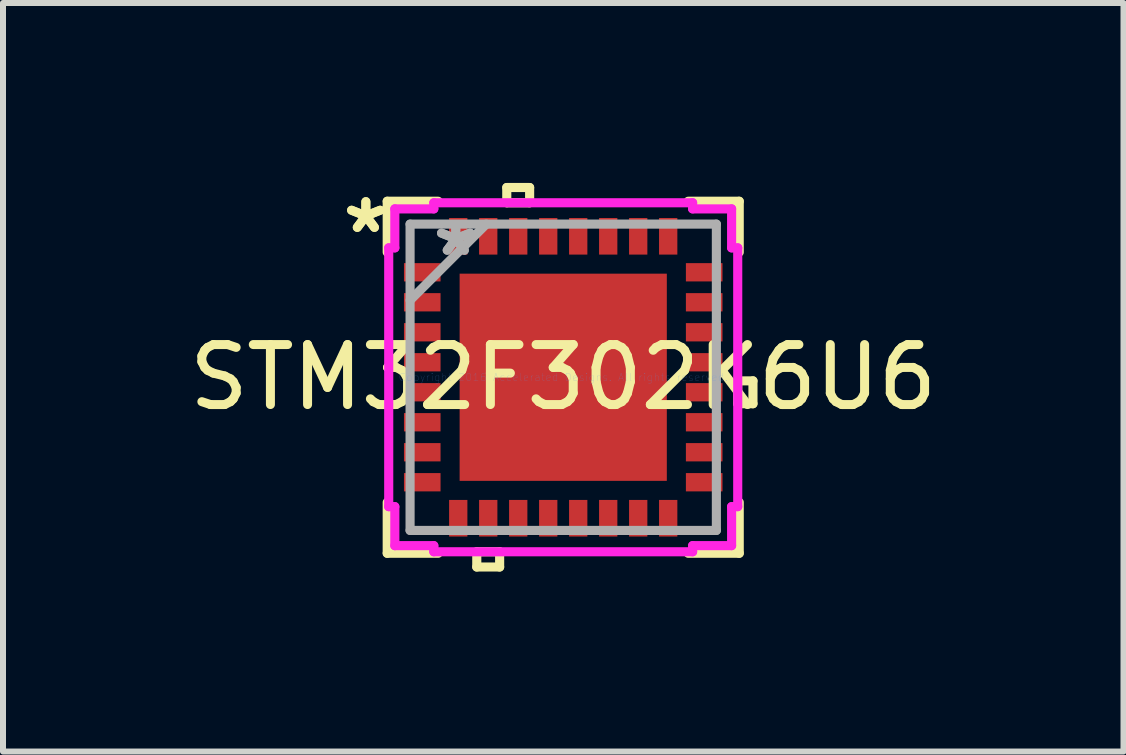
<source format=kicad_pcb>
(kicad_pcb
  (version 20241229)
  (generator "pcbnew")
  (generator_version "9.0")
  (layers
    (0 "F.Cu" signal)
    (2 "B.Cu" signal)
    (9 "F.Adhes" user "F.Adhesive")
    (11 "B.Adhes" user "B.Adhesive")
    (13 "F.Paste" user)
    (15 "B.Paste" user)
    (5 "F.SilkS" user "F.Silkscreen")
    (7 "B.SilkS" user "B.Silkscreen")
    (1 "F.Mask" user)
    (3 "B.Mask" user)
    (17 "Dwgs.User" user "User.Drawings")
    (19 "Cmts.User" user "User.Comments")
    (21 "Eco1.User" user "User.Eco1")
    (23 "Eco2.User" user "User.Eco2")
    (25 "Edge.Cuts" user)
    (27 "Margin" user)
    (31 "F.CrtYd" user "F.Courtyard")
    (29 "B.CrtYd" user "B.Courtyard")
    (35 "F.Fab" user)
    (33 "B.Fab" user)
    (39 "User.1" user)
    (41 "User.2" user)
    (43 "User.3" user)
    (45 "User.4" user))
  (footprint "STM32F302K6U6"
    (layer "F.Cu")
    (at 6.339 3.239)
    (property "Reference" "STM32F302K6U6" (at 0 0 0) (layer "F.SilkS") (effects (font (size 1 1) (thickness 0.15))))
    (attr through_hole)
    (fp_line (start -2.655 -1.903) (end -2.655 -1.598) (stroke (width 0.152) (type solid)) (layer "F.Mask"))
    (fp_line (start -2.655 -1.598) (end -2.045 -1.598) (stroke (width 0.152) (type solid)) (layer "F.Mask"))
    (fp_line (start -2.655 -1.403) (end -2.655 -1.098) (stroke (width 0.152) (type solid)) (layer "F.Mask"))
    (fp_line (start -2.655 -1.098) (end -2.045 -1.098) (stroke (width 0.152) (type solid)) (layer "F.Mask"))
    (fp_line (start -2.655 -0.903) (end -2.655 -0.598) (stroke (width 0.152) (type solid)) (layer "F.Mask"))
    (fp_line (start -2.655 -0.598) (end -2.045 -0.598) (stroke (width 0.152) (type solid)) (layer "F.Mask"))
    (fp_line (start -2.655 -0.402) (end -2.655 -0.098) (stroke (width 0.152) (type solid)) (layer "F.Mask"))
    (fp_line (start -2.655 -0.098) (end -2.045 -0.098) (stroke (width 0.152) (type solid)) (layer "F.Mask"))
    (fp_line (start -2.655 0.098) (end -2.655 0.402) (stroke (width 0.152) (type solid)) (layer "F.Mask"))
    (fp_line (start -2.655 0.402) (end -2.045 0.402) (stroke (width 0.152) (type solid)) (layer "F.Mask"))
    (fp_line (start -2.655 0.598) (end -2.655 0.903) (stroke (width 0.152) (type solid)) (layer "F.Mask"))
    (fp_line (start -2.655 0.903) (end -2.045 0.903) (stroke (width 0.152) (type solid)) (layer "F.Mask"))
    (fp_line (start -2.655 1.098) (end -2.655 1.403) (stroke (width 0.152) (type solid)) (layer "F.Mask"))
    (fp_line (start -2.655 1.403) (end -2.045 1.403) (stroke (width 0.152) (type solid)) (layer "F.Mask"))
    (fp_line (start -2.655 1.598) (end -2.655 1.903) (stroke (width 0.152) (type solid)) (layer "F.Mask"))
    (fp_line (start -2.655 1.903) (end -2.045 1.903) (stroke (width 0.152) (type solid)) (layer "F.Mask"))
    (fp_line (start -2.045 -1.903) (end -2.655 -1.903) (stroke (width 0.152) (type solid)) (layer "F.Mask"))
    (fp_line (start -2.045 -1.598) (end -2.045 -1.903) (stroke (width 0.152) (type solid)) (layer "F.Mask"))
    (fp_line (start -2.045 -1.403) (end -2.655 -1.403) (stroke (width 0.152) (type solid)) (layer "F.Mask"))
    (fp_line (start -2.045 -1.098) (end -2.045 -1.403) (stroke (width 0.152) (type solid)) (layer "F.Mask"))
    (fp_line (start -2.045 -0.903) (end -2.655 -0.903) (stroke (width 0.152) (type solid)) (layer "F.Mask"))
    (fp_line (start -2.045 -0.598) (end -2.045 -0.903) (stroke (width 0.152) (type solid)) (layer "F.Mask"))
    (fp_line (start -2.045 -0.402) (end -2.655 -0.402) (stroke (width 0.152) (type solid)) (layer "F.Mask"))
    (fp_line (start -2.045 -0.098) (end -2.045 -0.402) (stroke (width 0.152) (type solid)) (layer "F.Mask"))
    (fp_line (start -2.045 0.098) (end -2.655 0.098) (stroke (width 0.152) (type solid)) (layer "F.Mask"))
    (fp_line (start -2.045 0.402) (end -2.045 0.098) (stroke (width 0.152) (type solid)) (layer "F.Mask"))
    (fp_line (start -2.045 0.598) (end -2.655 0.598) (stroke (width 0.152) (type solid)) (layer "F.Mask"))
    (fp_line (start -2.045 0.903) (end -2.045 0.598) (stroke (width 0.152) (type solid)) (layer "F.Mask"))
    (fp_line (start -2.045 1.098) (end -2.655 1.098) (stroke (width 0.152) (type solid)) (layer "F.Mask"))
    (fp_line (start -2.045 1.403) (end -2.045 1.098) (stroke (width 0.152) (type solid)) (layer "F.Mask"))
    (fp_line (start -2.045 1.598) (end -2.655 1.598) (stroke (width 0.152) (type solid)) (layer "F.Mask"))
    (fp_line (start -2.045 1.903) (end -2.045 1.598) (stroke (width 0.152) (type solid)) (layer "F.Mask"))
    (fp_line (start -1.903 -2.655) (end -1.903 -2.045) (stroke (width 0.152) (type solid)) (layer "F.Mask"))
    (fp_line (start -1.903 -2.045) (end -1.598 -2.045) (stroke (width 0.152) (type solid)) (layer "F.Mask"))
    (fp_line (start -1.903 2.045) (end -1.903 2.655) (stroke (width 0.152) (type solid)) (layer "F.Mask"))
    (fp_line (start -1.903 2.655) (end -1.598 2.655) (stroke (width 0.152) (type solid)) (layer "F.Mask"))
    (fp_line (start -1.598 -2.655) (end -1.903 -2.655) (stroke (width 0.152) (type solid)) (layer "F.Mask"))
    (fp_line (start -1.598 -2.045) (end -1.598 -2.655) (stroke (width 0.152) (type solid)) (layer "F.Mask"))
    (fp_line (start -1.598 2.045) (end -1.903 2.045) (stroke (width 0.152) (type solid)) (layer "F.Mask"))
    (fp_line (start -1.598 2.655) (end -1.598 2.045) (stroke (width 0.152) (type solid)) (layer "F.Mask"))
    (fp_line (start -1.403 -2.655) (end -1.403 -2.045) (stroke (width 0.152) (type solid)) (layer "F.Mask"))
    (fp_line (start -1.403 -2.045) (end -1.098 -2.045) (stroke (width 0.152) (type solid)) (layer "F.Mask"))
    (fp_line (start -1.403 2.045) (end -1.403 2.655) (stroke (width 0.152) (type solid)) (layer "F.Mask"))
    (fp_line (start -1.403 2.655) (end -1.098 2.655) (stroke (width 0.152) (type solid)) (layer "F.Mask"))
    (fp_line (start -1.098 -2.655) (end -1.403 -2.655) (stroke (width 0.152) (type solid)) (layer "F.Mask"))
    (fp_line (start -1.098 -2.045) (end -1.098 -2.655) (stroke (width 0.152) (type solid)) (layer "F.Mask"))
    (fp_line (start -1.098 2.045) (end -1.403 2.045) (stroke (width 0.152) (type solid)) (layer "F.Mask"))
    (fp_line (start -1.098 2.655) (end -1.098 2.045) (stroke (width 0.152) (type solid)) (layer "F.Mask"))
    (fp_line (start -0.903 -2.655) (end -0.903 -2.045) (stroke (width 0.152) (type solid)) (layer "F.Mask"))
    (fp_line (start -0.903 -2.045) (end -0.598 -2.045) (stroke (width 0.152) (type solid)) (layer "F.Mask"))
    (fp_line (start -0.903 2.045) (end -0.903 2.655) (stroke (width 0.152) (type solid)) (layer "F.Mask"))
    (fp_line (start -0.903 2.655) (end -0.598 2.655) (stroke (width 0.152) (type solid)) (layer "F.Mask"))
    (fp_line (start -0.598 -2.655) (end -0.903 -2.655) (stroke (width 0.152) (type solid)) (layer "F.Mask"))
    (fp_line (start -0.598 -2.045) (end -0.598 -2.655) (stroke (width 0.152) (type solid)) (layer "F.Mask"))
    (fp_line (start -0.598 2.045) (end -0.903 2.045) (stroke (width 0.152) (type solid)) (layer "F.Mask"))
    (fp_line (start -0.598 2.655) (end -0.598 2.045) (stroke (width 0.152) (type solid)) (layer "F.Mask"))
    (fp_line (start -0.402 -2.655) (end -0.402 -2.045) (stroke (width 0.152) (type solid)) (layer "F.Mask"))
    (fp_line (start -0.402 -2.045) (end -0.098 -2.045) (stroke (width 0.152) (type solid)) (layer "F.Mask"))
    (fp_line (start -0.402 2.045) (end -0.402 2.655) (stroke (width 0.152) (type solid)) (layer "F.Mask"))
    (fp_line (start -0.402 2.655) (end -0.098 2.655) (stroke (width 0.152) (type solid)) (layer "F.Mask"))
    (fp_line (start -0.098 -2.655) (end -0.402 -2.655) (stroke (width 0.152) (type solid)) (layer "F.Mask"))
    (fp_line (start -0.098 -2.045) (end -0.098 -2.655) (stroke (width 0.152) (type solid)) (layer "F.Mask"))
    (fp_line (start -0.098 2.045) (end -0.402 2.045) (stroke (width 0.152) (type solid)) (layer "F.Mask"))
    (fp_line (start -0.098 2.655) (end -0.098 2.045) (stroke (width 0.152) (type solid)) (layer "F.Mask"))
    (fp_line (start 0.098 -2.655) (end 0.098 -2.045) (stroke (width 0.152) (type solid)) (layer "F.Mask"))
    (fp_line (start 0.098 -2.045) (end 0.402 -2.045) (stroke (width 0.152) (type solid)) (layer "F.Mask"))
    (fp_line (start 0.098 2.045) (end 0.098 2.655) (stroke (width 0.152) (type solid)) (layer "F.Mask"))
    (fp_line (start 0.098 2.655) (end 0.402 2.655) (stroke (width 0.152) (type solid)) (layer "F.Mask"))
    (fp_line (start 0.402 -2.655) (end 0.098 -2.655) (stroke (width 0.152) (type solid)) (layer "F.Mask"))
    (fp_line (start 0.402 -2.045) (end 0.402 -2.655) (stroke (width 0.152) (type solid)) (layer "F.Mask"))
    (fp_line (start 0.402 2.045) (end 0.098 2.045) (stroke (width 0.152) (type solid)) (layer "F.Mask"))
    (fp_line (start 0.402 2.655) (end 0.402 2.045) (stroke (width 0.152) (type solid)) (layer "F.Mask"))
    (fp_line (start 0.598 -2.655) (end 0.598 -2.045) (stroke (width 0.152) (type solid)) (layer "F.Mask"))
    (fp_line (start 0.598 -2.045) (end 0.903 -2.045) (stroke (width 0.152) (type solid)) (layer "F.Mask"))
    (fp_line (start 0.598 2.045) (end 0.598 2.655) (stroke (width 0.152) (type solid)) (layer "F.Mask"))
    (fp_line (start 0.598 2.655) (end 0.903 2.655) (stroke (width 0.152) (type solid)) (layer "F.Mask"))
    (fp_line (start 0.903 -2.655) (end 0.598 -2.655) (stroke (width 0.152) (type solid)) (layer "F.Mask"))
    (fp_line (start 0.903 -2.045) (end 0.903 -2.655) (stroke (width 0.152) (type solid)) (layer "F.Mask"))
    (fp_line (start 0.903 2.045) (end 0.598 2.045) (stroke (width 0.152) (type solid)) (layer "F.Mask"))
    (fp_line (start 0.903 2.655) (end 0.903 2.045) (stroke (width 0.152) (type solid)) (layer "F.Mask"))
    (fp_line (start 1.098 -2.655) (end 1.098 -2.045) (stroke (width 0.152) (type solid)) (layer "F.Mask"))
    (fp_line (start 1.098 -2.045) (end 1.403 -2.045) (stroke (width 0.152) (type solid)) (layer "F.Mask"))
    (fp_line (start 1.098 2.045) (end 1.098 2.655) (stroke (width 0.152) (type solid)) (layer "F.Mask"))
    (fp_line (start 1.098 2.655) (end 1.403 2.655) (stroke (width 0.152) (type solid)) (layer "F.Mask"))
    (fp_line (start 1.403 -2.655) (end 1.098 -2.655) (stroke (width 0.152) (type solid)) (layer "F.Mask"))
    (fp_line (start 1.403 -2.045) (end 1.403 -2.655) (stroke (width 0.152) (type solid)) (layer "F.Mask"))
    (fp_line (start 1.403 2.045) (end 1.098 2.045) (stroke (width 0.152) (type solid)) (layer "F.Mask"))
    (fp_line (start 1.403 2.655) (end 1.403 2.045) (stroke (width 0.152) (type solid)) (layer "F.Mask"))
    (fp_line (start 1.598 -2.655) (end 1.598 -2.045) (stroke (width 0.152) (type solid)) (layer "F.Mask"))
    (fp_line (start 1.598 -2.045) (end 1.903 -2.045) (stroke (width 0.152) (type solid)) (layer "F.Mask"))
    (fp_line (start 1.598 2.045) (end 1.598 2.655) (stroke (width 0.152) (type solid)) (layer "F.Mask"))
    (fp_line (start 1.598 2.655) (end 1.903 2.655) (stroke (width 0.152) (type solid)) (layer "F.Mask"))
    (fp_line (start 1.903 -2.655) (end 1.598 -2.655) (stroke (width 0.152) (type solid)) (layer "F.Mask"))
    (fp_line (start 1.903 -2.045) (end 1.903 -2.655) (stroke (width 0.152) (type solid)) (layer "F.Mask"))
    (fp_line (start 1.903 2.045) (end 1.598 2.045) (stroke (width 0.152) (type solid)) (layer "F.Mask"))
    (fp_line (start 1.903 2.655) (end 1.903 2.045) (stroke (width 0.152) (type solid)) (layer "F.Mask"))
    (fp_line (start 2.045 -1.903) (end 2.045 -1.598) (stroke (width 0.152) (type solid)) (layer "F.Mask"))
    (fp_line (start 2.045 -1.598) (end 2.655 -1.598) (stroke (width 0.152) (type solid)) (layer "F.Mask"))
    (fp_line (start 2.045 -1.403) (end 2.045 -1.098) (stroke (width 0.152) (type solid)) (layer "F.Mask"))
    (fp_line (start 2.045 -1.098) (end 2.655 -1.098) (stroke (width 0.152) (type solid)) (layer "F.Mask"))
    (fp_line (start 2.045 -0.903) (end 2.045 -0.598) (stroke (width 0.152) (type solid)) (layer "F.Mask"))
    (fp_line (start 2.045 -0.598) (end 2.655 -0.598) (stroke (width 0.152) (type solid)) (layer "F.Mask"))
    (fp_line (start 2.045 -0.402) (end 2.045 -0.098) (stroke (width 0.152) (type solid)) (layer "F.Mask"))
    (fp_line (start 2.045 -0.098) (end 2.655 -0.098) (stroke (width 0.152) (type solid)) (layer "F.Mask"))
    (fp_line (start 2.045 0.098) (end 2.045 0.402) (stroke (width 0.152) (type solid)) (layer "F.Mask"))
    (fp_line (start 2.045 0.402) (end 2.655 0.402) (stroke (width 0.152) (type solid)) (layer "F.Mask"))
    (fp_line (start 2.045 0.598) (end 2.045 0.903) (stroke (width 0.152) (type solid)) (layer "F.Mask"))
    (fp_line (start 2.045 0.903) (end 2.655 0.903) (stroke (width 0.152) (type solid)) (layer "F.Mask"))
    (fp_line (start 2.045 1.098) (end 2.045 1.403) (stroke (width 0.152) (type solid)) (layer "F.Mask"))
    (fp_line (start 2.045 1.403) (end 2.655 1.403) (stroke (width 0.152) (type solid)) (layer "F.Mask"))
    (fp_line (start 2.045 1.598) (end 2.045 1.903) (stroke (width 0.152) (type solid)) (layer "F.Mask"))
    (fp_line (start 2.045 1.903) (end 2.655 1.903) (stroke (width 0.152) (type solid)) (layer "F.Mask"))
    (fp_line (start 2.655 -1.903) (end 2.045 -1.903) (stroke (width 0.152) (type solid)) (layer "F.Mask"))
    (fp_line (start 2.655 -1.598) (end 2.655 -1.903) (stroke (width 0.152) (type solid)) (layer "F.Mask"))
    (fp_line (start 2.655 -1.403) (end 2.045 -1.403) (stroke (width 0.152) (type solid)) (layer "F.Mask"))
    (fp_line (start 2.655 -1.098) (end 2.655 -1.403) (stroke (width 0.152) (type solid)) (layer "F.Mask"))
    (fp_line (start 2.655 -0.903) (end 2.045 -0.903) (stroke (width 0.152) (type solid)) (layer "F.Mask"))
    (fp_line (start 2.655 -0.598) (end 2.655 -0.903) (stroke (width 0.152) (type solid)) (layer "F.Mask"))
    (fp_line (start 2.655 -0.402) (end 2.045 -0.402) (stroke (width 0.152) (type solid)) (layer "F.Mask"))
    (fp_line (start 2.655 -0.098) (end 2.655 -0.402) (stroke (width 0.152) (type solid)) (layer "F.Mask"))
    (fp_line (start 2.655 0.098) (end 2.045 0.098) (stroke (width 0.152) (type solid)) (layer "F.Mask"))
    (fp_line (start 2.655 0.402) (end 2.655 0.098) (stroke (width 0.152) (type solid)) (layer "F.Mask"))
    (fp_line (start 2.655 0.598) (end 2.045 0.598) (stroke (width 0.152) (type solid)) (layer "F.Mask"))
    (fp_line (start 2.655 0.903) (end 2.655 0.598) (stroke (width 0.152) (type solid)) (layer "F.Mask"))
    (fp_line (start 2.655 1.098) (end 2.045 1.098) (stroke (width 0.152) (type solid)) (layer "F.Mask"))
    (fp_line (start 2.655 1.403) (end 2.655 1.098) (stroke (width 0.152) (type solid)) (layer "F.Mask"))
    (fp_line (start 2.655 1.598) (end 2.045 1.598) (stroke (width 0.152) (type solid)) (layer "F.Mask"))
    (fp_line (start 2.655 1.903) (end 2.655 1.598) (stroke (width 0.152) (type solid)) (layer "F.Mask"))
    (fp_line (start -2.934 -2.934) (end -2.934 -2.084) (stroke (width 0.152) (type solid)) (layer "F.SilkS"))
    (fp_line (start -2.934 2.084) (end -2.934 2.934) (stroke (width 0.152) (type solid)) (layer "F.SilkS"))
    (fp_line (start -2.934 2.934) (end -2.084 2.934) (stroke (width 0.152) (type solid)) (layer "F.SilkS"))
    (fp_line (start -2.084 -2.934) (end -2.934 -2.934) (stroke (width 0.152) (type solid)) (layer "F.SilkS"))
    (fp_line (start -1.441 2.909) (end -1.441 3.163) (stroke (width 0.152) (type solid)) (layer "F.SilkS"))
    (fp_line (start -1.441 3.163) (end -1.06 3.163) (stroke (width 0.152) (type solid)) (layer "F.SilkS"))
    (fp_line (start -1.06 2.909) (end -1.441 2.909) (stroke (width 0.152) (type solid)) (layer "F.SilkS"))
    (fp_line (start -1.06 3.163) (end -1.06 2.909) (stroke (width 0.152) (type solid)) (layer "F.SilkS"))
    (fp_line (start -0.941 -3.163) (end -0.56 -3.163) (stroke (width 0.152) (type solid)) (layer "F.SilkS"))
    (fp_line (start -0.941 -2.909) (end -0.941 -3.163) (stroke (width 0.152) (type solid)) (layer "F.SilkS"))
    (fp_line (start -0.56 -3.163) (end -0.56 -2.909) (stroke (width 0.152) (type solid)) (layer "F.SilkS"))
    (fp_line (start -0.56 -2.909) (end -0.941 -2.909) (stroke (width 0.152) (type solid)) (layer "F.SilkS"))
    (fp_line (start 2.084 2.934) (end 2.934 2.934) (stroke (width 0.152) (type solid)) (layer "F.SilkS"))
    (fp_line (start 2.909 0.06) (end 3.163 0.06) (stroke (width 0.152) (type solid)) (layer "F.SilkS"))
    (fp_line (start 2.909 0.441) (end 2.909 0.06) (stroke (width 0.152) (type solid)) (layer "F.SilkS"))
    (fp_line (start 2.934 -2.934) (end 2.084 -2.934) (stroke (width 0.152) (type solid)) (layer "F.SilkS"))
    (fp_line (start 2.934 -2.084) (end 2.934 -2.934) (stroke (width 0.152) (type solid)) (layer "F.SilkS"))
    (fp_line (start 2.934 2.934) (end 2.934 2.084) (stroke (width 0.152) (type solid)) (layer "F.SilkS"))
    (fp_line (start 3.163 0.06) (end 3.163 0.441) (stroke (width 0.152) (type solid)) (layer "F.SilkS"))
    (fp_line (start 3.163 0.441) (end 2.909 0.441) (stroke (width 0.152) (type solid)) (layer "F.SilkS"))
    (fp_line (start -2.655 -1.903) (end -2.655 -1.598) (stroke (width 0.152) (type solid)) (layer "F.Paste"))
    (fp_line (start -2.655 -1.598) (end -2.045 -1.598) (stroke (width 0.152) (type solid)) (layer "F.Paste"))
    (fp_line (start -2.655 -1.403) (end -2.655 -1.098) (stroke (width 0.152) (type solid)) (layer "F.Paste"))
    (fp_line (start -2.655 -1.098) (end -2.045 -1.098) (stroke (width 0.152) (type solid)) (layer "F.Paste"))
    (fp_line (start -2.655 -0.903) (end -2.655 -0.598) (stroke (width 0.152) (type solid)) (layer "F.Paste"))
    (fp_line (start -2.655 -0.598) (end -2.045 -0.598) (stroke (width 0.152) (type solid)) (layer "F.Paste"))
    (fp_line (start -2.655 -0.402) (end -2.655 -0.098) (stroke (width 0.152) (type solid)) (layer "F.Paste"))
    (fp_line (start -2.655 -0.098) (end -2.045 -0.098) (stroke (width 0.152) (type solid)) (layer "F.Paste"))
    (fp_line (start -2.655 0.098) (end -2.655 0.402) (stroke (width 0.152) (type solid)) (layer "F.Paste"))
    (fp_line (start -2.655 0.402) (end -2.045 0.402) (stroke (width 0.152) (type solid)) (layer "F.Paste"))
    (fp_line (start -2.655 0.598) (end -2.655 0.903) (stroke (width 0.152) (type solid)) (layer "F.Paste"))
    (fp_line (start -2.655 0.903) (end -2.045 0.903) (stroke (width 0.152) (type solid)) (layer "F.Paste"))
    (fp_line (start -2.655 1.098) (end -2.655 1.403) (stroke (width 0.152) (type solid)) (layer "F.Paste"))
    (fp_line (start -2.655 1.403) (end -2.045 1.403) (stroke (width 0.152) (type solid)) (layer "F.Paste"))
    (fp_line (start -2.655 1.598) (end -2.655 1.903) (stroke (width 0.152) (type solid)) (layer "F.Paste"))
    (fp_line (start -2.655 1.903) (end -2.045 1.903) (stroke (width 0.152) (type solid)) (layer "F.Paste"))
    (fp_line (start -2.045 -1.903) (end -2.655 -1.903) (stroke (width 0.152) (type solid)) (layer "F.Paste"))
    (fp_line (start -2.045 -1.598) (end -2.045 -1.903) (stroke (width 0.152) (type solid)) (layer "F.Paste"))
    (fp_line (start -2.045 -1.403) (end -2.655 -1.403) (stroke (width 0.152) (type solid)) (layer "F.Paste"))
    (fp_line (start -2.045 -1.098) (end -2.045 -1.403) (stroke (width 0.152) (type solid)) (layer "F.Paste"))
    (fp_line (start -2.045 -0.903) (end -2.655 -0.903) (stroke (width 0.152) (type solid)) (layer "F.Paste"))
    (fp_line (start -2.045 -0.598) (end -2.045 -0.903) (stroke (width 0.152) (type solid)) (layer "F.Paste"))
    (fp_line (start -2.045 -0.402) (end -2.655 -0.402) (stroke (width 0.152) (type solid)) (layer "F.Paste"))
    (fp_line (start -2.045 -0.098) (end -2.045 -0.402) (stroke (width 0.152) (type solid)) (layer "F.Paste"))
    (fp_line (start -2.045 0.098) (end -2.655 0.098) (stroke (width 0.152) (type solid)) (layer "F.Paste"))
    (fp_line (start -2.045 0.402) (end -2.045 0.098) (stroke (width 0.152) (type solid)) (layer "F.Paste"))
    (fp_line (start -2.045 0.598) (end -2.655 0.598) (stroke (width 0.152) (type solid)) (layer "F.Paste"))
    (fp_line (start -2.045 0.903) (end -2.045 0.598) (stroke (width 0.152) (type solid)) (layer "F.Paste"))
    (fp_line (start -2.045 1.098) (end -2.655 1.098) (stroke (width 0.152) (type solid)) (layer "F.Paste"))
    (fp_line (start -2.045 1.403) (end -2.045 1.098) (stroke (width 0.152) (type solid)) (layer "F.Paste"))
    (fp_line (start -2.045 1.598) (end -2.655 1.598) (stroke (width 0.152) (type solid)) (layer "F.Paste"))
    (fp_line (start -2.045 1.903) (end -2.045 1.598) (stroke (width 0.152) (type solid)) (layer "F.Paste"))
    (fp_line (start -1.903 -2.655) (end -1.903 -2.045) (stroke (width 0.152) (type solid)) (layer "F.Paste"))
    (fp_line (start -1.903 -2.045) (end -1.598 -2.045) (stroke (width 0.152) (type solid)) (layer "F.Paste"))
    (fp_line (start -1.903 2.045) (end -1.903 2.655) (stroke (width 0.152) (type solid)) (layer "F.Paste"))
    (fp_line (start -1.903 2.655) (end -1.598 2.655) (stroke (width 0.152) (type solid)) (layer "F.Paste"))
    (fp_line (start -1.627 -1.627) (end -1.627 -0.1) (stroke (width 0.152) (type solid)) (layer "F.Paste"))
    (fp_line (start -1.627 -0.1) (end -0.1 -0.1) (stroke (width 0.152) (type solid)) (layer "F.Paste"))
    (fp_line (start -1.627 0.1) (end -1.627 1.627) (stroke (width 0.152) (type solid)) (layer "F.Paste"))
    (fp_line (start -1.627 1.627) (end -0.1 1.627) (stroke (width 0.152) (type solid)) (layer "F.Paste"))
    (fp_line (start -1.598 -2.655) (end -1.903 -2.655) (stroke (width 0.152) (type solid)) (layer "F.Paste"))
    (fp_line (start -1.598 -2.045) (end -1.598 -2.655) (stroke (width 0.152) (type solid)) (layer "F.Paste"))
    (fp_line (start -1.598 2.045) (end -1.903 2.045) (stroke (width 0.152) (type solid)) (layer "F.Paste"))
    (fp_line (start -1.598 2.655) (end -1.598 2.045) (stroke (width 0.152) (type solid)) (layer "F.Paste"))
    (fp_line (start -1.403 -2.655) (end -1.403 -2.045) (stroke (width 0.152) (type solid)) (layer "F.Paste"))
    (fp_line (start -1.403 -2.045) (end -1.098 -2.045) (stroke (width 0.152) (type solid)) (layer "F.Paste"))
    (fp_line (start -1.403 2.045) (end -1.403 2.655) (stroke (width 0.152) (type solid)) (layer "F.Paste"))
    (fp_line (start -1.403 2.655) (end -1.098 2.655) (stroke (width 0.152) (type solid)) (layer "F.Paste"))
    (fp_line (start -1.098 -2.655) (end -1.403 -2.655) (stroke (width 0.152) (type solid)) (layer "F.Paste"))
    (fp_line (start -1.098 -2.045) (end -1.098 -2.655) (stroke (width 0.152) (type solid)) (layer "F.Paste"))
    (fp_line (start -1.098 2.045) (end -1.403 2.045) (stroke (width 0.152) (type solid)) (layer "F.Paste"))
    (fp_line (start -1.098 2.655) (end -1.098 2.045) (stroke (width 0.152) (type solid)) (layer "F.Paste"))
    (fp_line (start -0.903 -2.655) (end -0.903 -2.045) (stroke (width 0.152) (type solid)) (layer "F.Paste"))
    (fp_line (start -0.903 -2.045) (end -0.598 -2.045) (stroke (width 0.152) (type solid)) (layer "F.Paste"))
    (fp_line (start -0.903 2.045) (end -0.903 2.655) (stroke (width 0.152) (type solid)) (layer "F.Paste"))
    (fp_line (start -0.903 2.655) (end -0.598 2.655) (stroke (width 0.152) (type solid)) (layer "F.Paste"))
    (fp_line (start -0.598 -2.655) (end -0.903 -2.655) (stroke (width 0.152) (type solid)) (layer "F.Paste"))
    (fp_line (start -0.598 -2.045) (end -0.598 -2.655) (stroke (width 0.152) (type solid)) (layer "F.Paste"))
    (fp_line (start -0.598 2.045) (end -0.903 2.045) (stroke (width 0.152) (type solid)) (layer "F.Paste"))
    (fp_line (start -0.598 2.655) (end -0.598 2.045) (stroke (width 0.152) (type solid)) (layer "F.Paste"))
    (fp_line (start -0.402 -2.655) (end -0.402 -2.045) (stroke (width 0.152) (type solid)) (layer "F.Paste"))
    (fp_line (start -0.402 -2.045) (end -0.098 -2.045) (stroke (width 0.152) (type solid)) (layer "F.Paste"))
    (fp_line (start -0.402 2.045) (end -0.402 2.655) (stroke (width 0.152) (type solid)) (layer "F.Paste"))
    (fp_line (start -0.402 2.655) (end -0.098 2.655) (stroke (width 0.152) (type solid)) (layer "F.Paste"))
    (fp_line (start -0.1 -1.627) (end -1.627 -1.627) (stroke (width 0.152) (type solid)) (layer "F.Paste"))
    (fp_line (start -0.1 -0.1) (end -0.1 -1.627) (stroke (width 0.152) (type solid)) (layer "F.Paste"))
    (fp_line (start -0.1 0.1) (end -1.627 0.1) (stroke (width 0.152) (type solid)) (layer "F.Paste"))
    (fp_line (start -0.1 1.627) (end -0.1 0.1) (stroke (width 0.152) (type solid)) (layer "F.Paste"))
    (fp_line (start -0.098 -2.655) (end -0.402 -2.655) (stroke (width 0.152) (type solid)) (layer "F.Paste"))
    (fp_line (start -0.098 -2.045) (end -0.098 -2.655) (stroke (width 0.152) (type solid)) (layer "F.Paste"))
    (fp_line (start -0.098 2.045) (end -0.402 2.045) (stroke (width 0.152) (type solid)) (layer "F.Paste"))
    (fp_line (start -0.098 2.655) (end -0.098 2.045) (stroke (width 0.152) (type solid)) (layer "F.Paste"))
    (fp_line (start 0.098 -2.655) (end 0.098 -2.045) (stroke (width 0.152) (type solid)) (layer "F.Paste"))
    (fp_line (start 0.098 -2.045) (end 0.402 -2.045) (stroke (width 0.152) (type solid)) (layer "F.Paste"))
    (fp_line (start 0.098 2.045) (end 0.098 2.655) (stroke (width 0.152) (type solid)) (layer "F.Paste"))
    (fp_line (start 0.098 2.655) (end 0.402 2.655) (stroke (width 0.152) (type solid)) (layer "F.Paste"))
    (fp_line (start 0.1 -1.627) (end 0.1 -0.1) (stroke (width 0.152) (type solid)) (layer "F.Paste"))
    (fp_line (start 0.1 -0.1) (end 1.627 -0.1) (stroke (width 0.152) (type solid)) (layer "F.Paste"))
    (fp_line (start 0.1 0.1) (end 0.1 1.627) (stroke (width 0.152) (type solid)) (layer "F.Paste"))
    (fp_line (start 0.1 1.627) (end 1.627 1.627) (stroke (width 0.152) (type solid)) (layer "F.Paste"))
    (fp_line (start 0.402 -2.655) (end 0.098 -2.655) (stroke (width 0.152) (type solid)) (layer "F.Paste"))
    (fp_line (start 0.402 -2.045) (end 0.402 -2.655) (stroke (width 0.152) (type solid)) (layer "F.Paste"))
    (fp_line (start 0.402 2.045) (end 0.098 2.045) (stroke (width 0.152) (type solid)) (layer "F.Paste"))
    (fp_line (start 0.402 2.655) (end 0.402 2.045) (stroke (width 0.152) (type solid)) (layer "F.Paste"))
    (fp_line (start 0.598 -2.655) (end 0.598 -2.045) (stroke (width 0.152) (type solid)) (layer "F.Paste"))
    (fp_line (start 0.598 -2.045) (end 0.903 -2.045) (stroke (width 0.152) (type solid)) (layer "F.Paste"))
    (fp_line (start 0.598 2.045) (end 0.598 2.655) (stroke (width 0.152) (type solid)) (layer "F.Paste"))
    (fp_line (start 0.598 2.655) (end 0.903 2.655) (stroke (width 0.152) (type solid)) (layer "F.Paste"))
    (fp_line (start 0.903 -2.655) (end 0.598 -2.655) (stroke (width 0.152) (type solid)) (layer "F.Paste"))
    (fp_line (start 0.903 -2.045) (end 0.903 -2.655) (stroke (width 0.152) (type solid)) (layer "F.Paste"))
    (fp_line (start 0.903 2.045) (end 0.598 2.045) (stroke (width 0.152) (type solid)) (layer "F.Paste"))
    (fp_line (start 0.903 2.655) (end 0.903 2.045) (stroke (width 0.152) (type solid)) (layer "F.Paste"))
    (fp_line (start 1.098 -2.655) (end 1.098 -2.045) (stroke (width 0.152) (type solid)) (layer "F.Paste"))
    (fp_line (start 1.098 -2.045) (end 1.403 -2.045) (stroke (width 0.152) (type solid)) (layer "F.Paste"))
    (fp_line (start 1.098 2.045) (end 1.098 2.655) (stroke (width 0.152) (type solid)) (layer "F.Paste"))
    (fp_line (start 1.098 2.655) (end 1.403 2.655) (stroke (width 0.152) (type solid)) (layer "F.Paste"))
    (fp_line (start 1.403 -2.655) (end 1.098 -2.655) (stroke (width 0.152) (type solid)) (layer "F.Paste"))
    (fp_line (start 1.403 -2.045) (end 1.403 -2.655) (stroke (width 0.152) (type solid)) (layer "F.Paste"))
    (fp_line (start 1.403 2.045) (end 1.098 2.045) (stroke (width 0.152) (type solid)) (layer "F.Paste"))
    (fp_line (start 1.403 2.655) (end 1.403 2.045) (stroke (width 0.152) (type solid)) (layer "F.Paste"))
    (fp_line (start 1.598 -2.655) (end 1.598 -2.045) (stroke (width 0.152) (type solid)) (layer "F.Paste"))
    (fp_line (start 1.598 -2.045) (end 1.903 -2.045) (stroke (width 0.152) (type solid)) (layer "F.Paste"))
    (fp_line (start 1.598 2.045) (end 1.598 2.655) (stroke (width 0.152) (type solid)) (layer "F.Paste"))
    (fp_line (start 1.598 2.655) (end 1.903 2.655) (stroke (width 0.152) (type solid)) (layer "F.Paste"))
    (fp_line (start 1.627 -1.627) (end 0.1 -1.627) (stroke (width 0.152) (type solid)) (layer "F.Paste"))
    (fp_line (start 1.627 -0.1) (end 1.627 -1.627) (stroke (width 0.152) (type solid)) (layer "F.Paste"))
    (fp_line (start 1.627 0.1) (end 0.1 0.1) (stroke (width 0.152) (type solid)) (layer "F.Paste"))
    (fp_line (start 1.627 1.627) (end 1.627 0.1) (stroke (width 0.152) (type solid)) (layer "F.Paste"))
    (fp_line (start 1.903 -2.655) (end 1.598 -2.655) (stroke (width 0.152) (type solid)) (layer "F.Paste"))
    (fp_line (start 1.903 -2.045) (end 1.903 -2.655) (stroke (width 0.152) (type solid)) (layer "F.Paste"))
    (fp_line (start 1.903 2.045) (end 1.598 2.045) (stroke (width 0.152) (type solid)) (layer "F.Paste"))
    (fp_line (start 1.903 2.655) (end 1.903 2.045) (stroke (width 0.152) (type solid)) (layer "F.Paste"))
    (fp_line (start 2.045 -1.903) (end 2.045 -1.598) (stroke (width 0.152) (type solid)) (layer "F.Paste"))
    (fp_line (start 2.045 -1.598) (end 2.655 -1.598) (stroke (width 0.152) (type solid)) (layer "F.Paste"))
    (fp_line (start 2.045 -1.403) (end 2.045 -1.098) (stroke (width 0.152) (type solid)) (layer "F.Paste"))
    (fp_line (start 2.045 -1.098) (end 2.655 -1.098) (stroke (width 0.152) (type solid)) (layer "F.Paste"))
    (fp_line (start 2.045 -0.903) (end 2.045 -0.598) (stroke (width 0.152) (type solid)) (layer "F.Paste"))
    (fp_line (start 2.045 -0.598) (end 2.655 -0.598) (stroke (width 0.152) (type solid)) (layer "F.Paste"))
    (fp_line (start 2.045 -0.402) (end 2.045 -0.098) (stroke (width 0.152) (type solid)) (layer "F.Paste"))
    (fp_line (start 2.045 -0.098) (end 2.655 -0.098) (stroke (width 0.152) (type solid)) (layer "F.Paste"))
    (fp_line (start 2.045 0.098) (end 2.045 0.402) (stroke (width 0.152) (type solid)) (layer "F.Paste"))
    (fp_line (start 2.045 0.402) (end 2.655 0.402) (stroke (width 0.152) (type solid)) (layer "F.Paste"))
    (fp_line (start 2.045 0.598) (end 2.045 0.903) (stroke (width 0.152) (type solid)) (layer "F.Paste"))
    (fp_line (start 2.045 0.903) (end 2.655 0.903) (stroke (width 0.152) (type solid)) (layer "F.Paste"))
    (fp_line (start 2.045 1.098) (end 2.045 1.403) (stroke (width 0.152) (type solid)) (layer "F.Paste"))
    (fp_line (start 2.045 1.403) (end 2.655 1.403) (stroke (width 0.152) (type solid)) (layer "F.Paste"))
    (fp_line (start 2.045 1.598) (end 2.045 1.903) (stroke (width 0.152) (type solid)) (layer "F.Paste"))
    (fp_line (start 2.045 1.903) (end 2.655 1.903) (stroke (width 0.152) (type solid)) (layer "F.Paste"))
    (fp_line (start 2.655 -1.903) (end 2.045 -1.903) (stroke (width 0.152) (type solid)) (layer "F.Paste"))
    (fp_line (start 2.655 -1.598) (end 2.655 -1.903) (stroke (width 0.152) (type solid)) (layer "F.Paste"))
    (fp_line (start 2.655 -1.403) (end 2.045 -1.403) (stroke (width 0.152) (type solid)) (layer "F.Paste"))
    (fp_line (start 2.655 -1.098) (end 2.655 -1.403) (stroke (width 0.152) (type solid)) (layer "F.Paste"))
    (fp_line (start 2.655 -0.903) (end 2.045 -0.903) (stroke (width 0.152) (type solid)) (layer "F.Paste"))
    (fp_line (start 2.655 -0.598) (end 2.655 -0.903) (stroke (width 0.152) (type solid)) (layer "F.Paste"))
    (fp_line (start 2.655 -0.402) (end 2.045 -0.402) (stroke (width 0.152) (type solid)) (layer "F.Paste"))
    (fp_line (start 2.655 -0.098) (end 2.655 -0.402) (stroke (width 0.152) (type solid)) (layer "F.Paste"))
    (fp_line (start 2.655 0.098) (end 2.045 0.098) (stroke (width 0.152) (type solid)) (layer "F.Paste"))
    (fp_line (start 2.655 0.402) (end 2.655 0.098) (stroke (width 0.152) (type solid)) (layer "F.Paste"))
    (fp_line (start 2.655 0.598) (end 2.045 0.598) (stroke (width 0.152) (type solid)) (layer "F.Paste"))
    (fp_line (start 2.655 0.903) (end 2.655 0.598) (stroke (width 0.152) (type solid)) (layer "F.Paste"))
    (fp_line (start 2.655 1.098) (end 2.045 1.098) (stroke (width 0.152) (type solid)) (layer "F.Paste"))
    (fp_line (start 2.655 1.403) (end 2.655 1.098) (stroke (width 0.152) (type solid)) (layer "F.Paste"))
    (fp_line (start 2.655 1.598) (end 2.045 1.598) (stroke (width 0.152) (type solid)) (layer "F.Paste"))
    (fp_line (start 2.655 1.903) (end 2.655 1.598) (stroke (width 0.152) (type solid)) (layer "F.Paste"))
    (fp_line (start -2.909 -2.157) (end -2.807 -2.157) (stroke (width 0.152) (type solid)) (layer "F.CrtYd"))
    (fp_line (start -2.909 2.157) (end -2.909 -2.157) (stroke (width 0.152) (type solid)) (layer "F.CrtYd"))
    (fp_line (start -2.807 -2.807) (end -2.157 -2.807) (stroke (width 0.152) (type solid)) (layer "F.CrtYd"))
    (fp_line (start -2.807 -2.157) (end -2.807 -2.807) (stroke (width 0.152) (type solid)) (layer "F.CrtYd"))
    (fp_line (start -2.807 2.157) (end -2.909 2.157) (stroke (width 0.152) (type solid)) (layer "F.CrtYd"))
    (fp_line (start -2.807 2.807) (end -2.807 2.157) (stroke (width 0.152) (type solid)) (layer "F.CrtYd"))
    (fp_line (start -2.157 -2.909) (end 2.157 -2.909) (stroke (width 0.152) (type solid)) (layer "F.CrtYd"))
    (fp_line (start -2.157 -2.807) (end -2.157 -2.909) (stroke (width 0.152) (type solid)) (layer "F.CrtYd"))
    (fp_line (start -2.157 2.807) (end -2.807 2.807) (stroke (width 0.152) (type solid)) (layer "F.CrtYd"))
    (fp_line (start -2.157 2.909) (end -2.157 2.807) (stroke (width 0.152) (type solid)) (layer "F.CrtYd"))
    (fp_line (start 2.157 -2.909) (end 2.157 -2.807) (stroke (width 0.152) (type solid)) (layer "F.CrtYd"))
    (fp_line (start 2.157 -2.807) (end 2.807 -2.807) (stroke (width 0.152) (type solid)) (layer "F.CrtYd"))
    (fp_line (start 2.157 2.807) (end 2.157 2.909) (stroke (width 0.152) (type solid)) (layer "F.CrtYd"))
    (fp_line (start 2.157 2.909) (end -2.157 2.909) (stroke (width 0.152) (type solid)) (layer "F.CrtYd"))
    (fp_line (start 2.807 -2.807) (end 2.807 -2.157) (stroke (width 0.152) (type solid)) (layer "F.CrtYd"))
    (fp_line (start 2.807 -2.157) (end 2.909 -2.157) (stroke (width 0.152) (type solid)) (layer "F.CrtYd"))
    (fp_line (start 2.807 2.157) (end 2.807 2.807) (stroke (width 0.152) (type solid)) (layer "F.CrtYd"))
    (fp_line (start 2.807 2.807) (end 2.157 2.807) (stroke (width 0.152) (type solid)) (layer "F.CrtYd"))
    (fp_line (start 2.909 -2.157) (end 2.909 2.157) (stroke (width 0.152) (type solid)) (layer "F.CrtYd"))
    (fp_line (start 2.909 2.157) (end 2.807 2.157) (stroke (width 0.152) (type solid)) (layer "F.CrtYd"))
    (fp_line (start -2.553 -2.553) (end -2.553 2.553) (stroke (width 0.152) (type solid)) (layer "F.Fab"))
    (fp_line (start -2.553 -1.283) (end -1.283 -2.553) (stroke (width 0.152) (type solid)) (layer "F.Fab"))
    (fp_line (start -2.553 2.553) (end 2.553 2.553) (stroke (width 0.152) (type solid)) (layer "F.Fab"))
    (fp_line (start 2.553 -2.553) (end -2.553 -2.553) (stroke (width 0.152) (type solid)) (layer "F.Fab"))
    (fp_line (start 2.553 2.553) (end 2.553 -2.553) (stroke (width 0.152) (type solid)) (layer "F.Fab"))
    (fp_text user "*" (at -3.29 -2.382 0) (layer "F.SilkS") (effects (font (size 1 1) (thickness 0.15))))
    (fp_text user "*" (at -3.29 -2.382 0) (layer "F.SilkS") (effects (font (size 1 1) (thickness 0.15))))
    (fp_text user "Copyright 2016 Accelerated Designs. All rights reserved." (at 0 0 0) (layer "Cmts.User") (effects (font (size 0.127 0.127) (thickness 0.002))))
    (fp_text user "*" (at -1.791 -2.001 0) (layer "F.Fab") (effects (font (size 1 1) (thickness 0.15))))
    (fp_text user "*" (at -1.791 -2.001 0) (layer "F.Fab") (effects (font (size 1 1) (thickness 0.15))))
    (pad "1" smd rect (at -2.35 -1.75 90) (size 0.305 0.61) (layers "F.Cu" "F.Mask" "F.Paste"))
    (pad "2" smd rect (at -2.35 -1.25 90) (size 0.305 0.61) (layers "F.Cu" "F.Mask" "F.Paste"))
    (pad "3" smd rect (at -2.35 -0.75 90) (size 0.305 0.61) (layers "F.Cu" "F.Mask" "F.Paste"))
    (pad "4" smd rect (at -2.35 -0.25 90) (size 0.305 0.61) (layers "F.Cu" "F.Mask" "F.Paste"))
    (pad "5" smd rect (at -2.35 0.25 90) (size 0.305 0.61) (layers "F.Cu" "F.Mask" "F.Paste"))
    (pad "6" smd rect (at -2.35 0.75 90) (size 0.305 0.61) (layers "F.Cu" "F.Mask" "F.Paste"))
    (pad "7" smd rect (at -2.35 1.25 90) (size 0.305 0.61) (layers "F.Cu" "F.Mask" "F.Paste"))
    (pad "8" smd rect (at -2.35 1.75 90) (size 0.305 0.61) (layers "F.Cu" "F.Mask" "F.Paste"))
    (pad "9" smd rect (at -1.75 2.35) (size 0.305 0.61) (layers "F.Cu" "F.Mask" "F.Paste"))
    (pad "10" smd rect (at -1.25 2.35) (size 0.305 0.61) (layers "F.Cu" "F.Mask" "F.Paste"))
    (pad "11" smd rect (at -0.75 2.35) (size 0.305 0.61) (layers "F.Cu" "F.Mask" "F.Paste"))
    (pad "12" smd rect (at -0.25 2.35) (size 0.305 0.61) (layers "F.Cu" "F.Mask" "F.Paste"))
    (pad "13" smd rect (at 0.25 2.35) (size 0.305 0.61) (layers "F.Cu" "F.Mask" "F.Paste"))
    (pad "14" smd rect (at 0.75 2.35) (size 0.305 0.61) (layers "F.Cu" "F.Mask" "F.Paste"))
    (pad "15" smd rect (at 1.25 2.35) (size 0.305 0.61) (layers "F.Cu" "F.Mask" "F.Paste"))
    (pad "16" smd rect (at 1.75 2.35) (size 0.305 0.61) (layers "F.Cu" "F.Mask" "F.Paste"))
    (pad "17" smd rect (at 2.35 1.75 90) (size 0.305 0.61) (layers "F.Cu" "F.Mask" "F.Paste"))
    (pad "18" smd rect (at 2.35 1.25 90) (size 0.305 0.61) (layers "F.Cu" "F.Mask" "F.Paste"))
    (pad "19" smd rect (at 2.35 0.75 90) (size 0.305 0.61) (layers "F.Cu" "F.Mask" "F.Paste"))
    (pad "20" smd rect (at 2.35 0.25 90) (size 0.305 0.61) (layers "F.Cu" "F.Mask" "F.Paste"))
    (pad "21" smd rect (at 2.35 -0.25 90) (size 0.305 0.61) (layers "F.Cu" "F.Mask" "F.Paste"))
    (pad "22" smd rect (at 2.35 -0.75 90) (size 0.305 0.61) (layers "F.Cu" "F.Mask" "F.Paste"))
    (pad "23" smd rect (at 2.35 -1.25 90) (size 0.305 0.61) (layers "F.Cu" "F.Mask" "F.Paste"))
    (pad "24" smd rect (at 2.35 -1.75 90) (size 0.305 0.61) (layers "F.Cu" "F.Mask" "F.Paste"))
    (pad "25" smd rect (at 1.75 -2.35) (size 0.305 0.61) (layers "F.Cu" "F.Mask" "F.Paste"))
    (pad "26" smd rect (at 1.25 -2.35) (size 0.305 0.61) (layers "F.Cu" "F.Mask" "F.Paste"))
    (pad "27" smd rect (at 0.75 -2.35) (size 0.305 0.61) (layers "F.Cu" "F.Mask" "F.Paste"))
    (pad "28" smd rect (at 0.25 -2.35) (size 0.305 0.61) (layers "F.Cu" "F.Mask" "F.Paste"))
    (pad "29" smd rect (at -0.25 -2.35) (size 0.305 0.61) (layers "F.Cu" "F.Mask" "F.Paste"))
    (pad "30" smd rect (at -0.75 -2.35) (size 0.305 0.61) (layers "F.Cu" "F.Mask" "F.Paste"))
    (pad "31" smd rect (at -1.25 -2.35) (size 0.305 0.61) (layers "F.Cu" "F.Mask" "F.Paste"))
    (pad "32" smd rect (at -1.75 -2.35) (size 0.305 0.61) (layers "F.Cu" "F.Mask" "F.Paste"))
    (pad "33" smd rect (at 0 0) (size 3.454 3.454) (layers "F.Cu" "F.Mask" "F.Paste")))
  (gr_rect
    (start -3 -3)
    (end 15.679 9.478)
    (stroke (width 0.1) (type default))
    (fill no)
    (layer "Edge.Cuts")))
</source>
